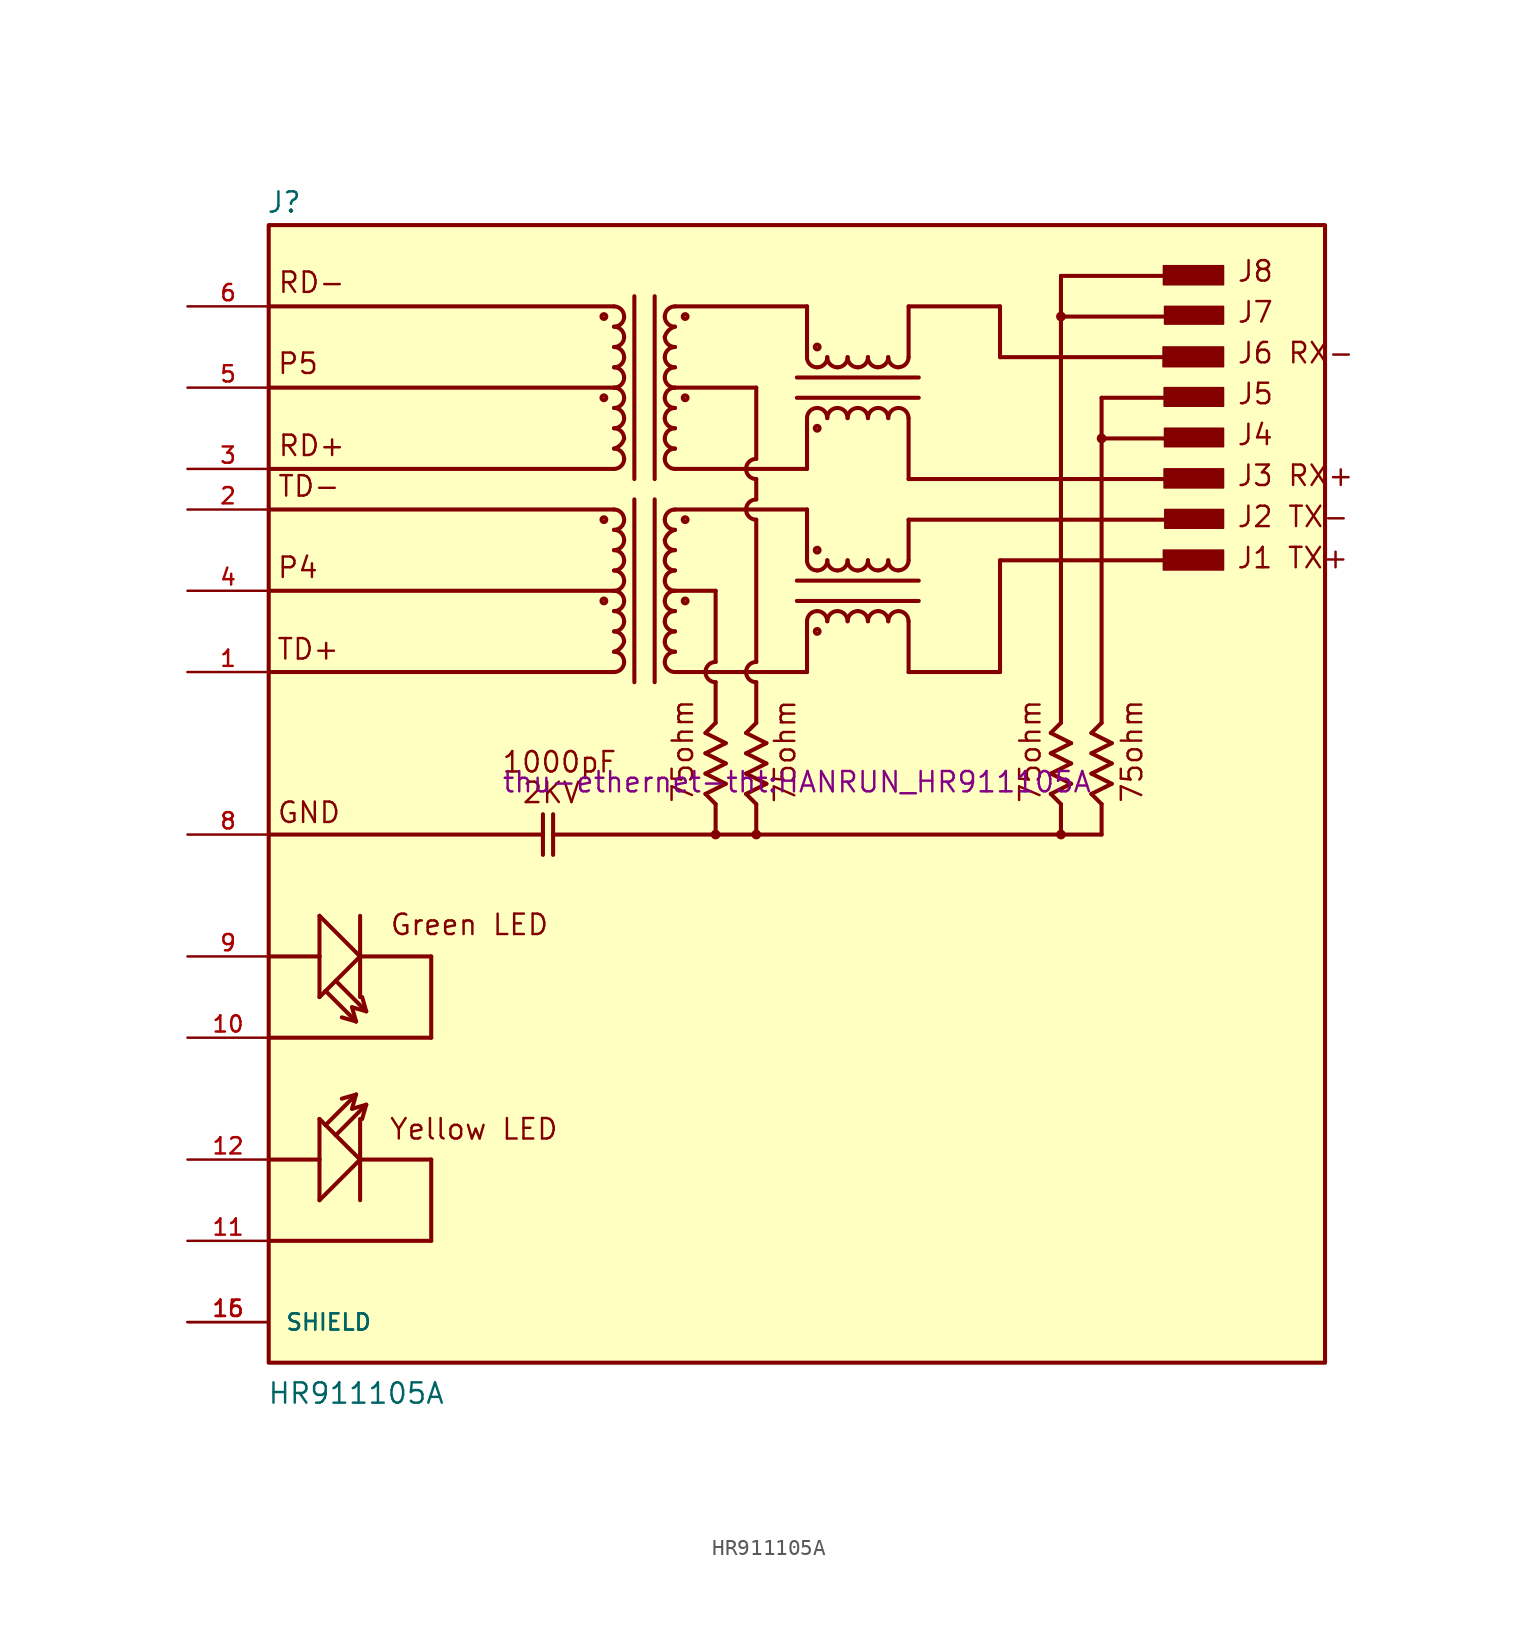
<source format=kicad_sym>
(kicad_symbol_lib
  (version 20220914)
  (generator kicad_symbol_editor)
  (symbol "HR911105A"
    (pin_names
      (offset 1.016))
    (property "Reference" "J"
      (at -33.178 36.241 0)
      (effects (font (size 1.27 1.27)) (justify left bottom)))
    (property "Value" "HR911105A"
      (at -33.124 -38.22 0)
      (effects (font (size 1.27 1.27)) (justify left bottom)))
    (property "Footprint" "thu-ethernet-tht:HANRUN_HR911105A"
      (at 0 0 0)
      (effects (font (size 1.27 1.27)) (justify bottom)))
    (symbol "HR911105A_0_0"
      (rectangle (start -33.02 35.56) (end 33.02 -35.56) (stroke (width 0.254) (type default)) (fill (type background)))
      (circle (center -12.065 12.065) (radius 0.152) (stroke (width 0.254) (type default)) (fill (type none)))
      (circle (center -12.065 17.145) (radius 0.152) (stroke (width 0.254) (type default)) (fill (type none)))
      (circle (center -12.065 24.765) (radius 0.152) (stroke (width 0.254) (type default)) (fill (type none)))
      (circle (center -12.065 29.845) (radius 0.152) (stroke (width 0.254) (type default)) (fill (type none)))
      (arc (start -11.43 7.62) (mid -10.981 7.806) (end -10.795 8.255) (stroke (width 0.254) (type default)) (fill (type none)))
      (arc (start -11.43 8.89) (mid -11.0274 9.1224) (end -10.795 9.525) (stroke (width 0.254) (type default)) (fill (type none)))
      (arc (start -11.43 10.16) (mid -10.981 10.346) (end -10.795 10.795) (stroke (width 0.254) (type default)) (fill (type none)))
      (arc (start -11.43 11.43) (mid -10.981 11.616) (end -10.795 12.065) (stroke (width 0.254) (type default)) (fill (type none)))
      (arc (start -11.43 12.7) (mid -10.981 12.886) (end -10.795 13.335) (stroke (width 0.254) (type default)) (fill (type none)))
      (arc (start -11.43 13.97) (mid -10.981 14.156) (end -10.795 14.605) (stroke (width 0.254) (type default)) (fill (type none)))
      (arc (start -11.43 15.24) (mid -10.981 15.426) (end -10.795 15.875) (stroke (width 0.254) (type default)) (fill (type none)))
      (arc (start -11.43 16.51) (mid -10.981 16.696) (end -10.795 17.145) (stroke (width 0.254) (type default)) (fill (type none)))
      (arc (start -11.43 20.32) (mid -10.981 20.506) (end -10.795 20.955) (stroke (width 0.254) (type default)) (fill (type none)))
      (arc (start -11.43 21.59) (mid -11.0274 21.8224) (end -10.795 22.225) (stroke (width 0.254) (type default)) (fill (type none)))
      (arc (start -11.43 22.86) (mid -10.981 23.046) (end -10.795 23.495) (stroke (width 0.254) (type default)) (fill (type none)))
      (arc (start -11.43 24.13) (mid -10.981 24.316) (end -10.795 24.765) (stroke (width 0.254) (type default)) (fill (type none)))
      (arc (start -11.43 25.4) (mid -10.981 25.586) (end -10.795 26.035) (stroke (width 0.254) (type default)) (fill (type none)))
      (arc (start -11.43 26.67) (mid -10.981 26.856) (end -10.795 27.305) (stroke (width 0.254) (type default)) (fill (type none)))
      (arc (start -11.43 27.94) (mid -10.981 28.126) (end -10.795 28.575) (stroke (width 0.254) (type default)) (fill (type none)))
      (arc (start -11.43 29.21) (mid -10.981 29.396) (end -10.795 29.845) (stroke (width 0.254) (type default)) (fill (type none)))
      (arc (start -10.795 8.255) (mid -10.981 8.704) (end -11.43 8.89) (stroke (width 0.254) (type default)) (fill (type none)))
      (arc (start -10.795 9.525) (mid -10.981 9.974) (end -11.43 10.16) (stroke (width 0.254) (type default)) (fill (type none)))
      (arc (start -10.795 10.795) (mid -10.981 11.244) (end -11.43 11.43) (stroke (width 0.254) (type default)) (fill (type none)))
      (arc (start -10.795 12.065) (mid -10.981 12.514) (end -11.43 12.7) (stroke (width 0.254) (type default)) (fill (type none)))
      (arc (start -10.795 13.335) (mid -10.981 13.784) (end -11.43 13.97) (stroke (width 0.254) (type default)) (fill (type none)))
      (arc (start -10.795 14.605) (mid -10.981 15.054) (end -11.43 15.24) (stroke (width 0.254) (type default)) (fill (type none)))
      (arc (start -10.795 15.875) (mid -10.981 16.324) (end -11.43 16.51) (stroke (width 0.254) (type default)) (fill (type none)))
      (arc (start -10.795 17.145) (mid -10.981 17.594) (end -11.43 17.78) (stroke (width 0.254) (type default)) (fill (type none)))
      (arc (start -10.795 20.955) (mid -10.981 21.404) (end -11.43 21.59) (stroke (width 0.254) (type default)) (fill (type none)))
      (arc (start -10.795 22.225) (mid -10.981 22.674) (end -11.43 22.86) (stroke (width 0.254) (type default)) (fill (type none)))
      (arc (start -10.795 23.495) (mid -10.981 23.944) (end -11.43 24.13) (stroke (width 0.254) (type default)) (fill (type none)))
      (arc (start -10.795 24.765) (mid -10.981 25.214) (end -11.43 25.4) (stroke (width 0.254) (type default)) (fill (type none)))
      (arc (start -10.795 26.035) (mid -10.981 26.484) (end -11.43 26.67) (stroke (width 0.254) (type default)) (fill (type none)))
      (arc (start -10.795 27.305) (mid -10.981 27.754) (end -11.43 27.94) (stroke (width 0.254) (type default)) (fill (type none)))
      (arc (start -10.795 28.575) (mid -10.981 29.024) (end -11.43 29.21) (stroke (width 0.254) (type default)) (fill (type none)))
      (arc (start -10.795 29.845) (mid -10.981 30.294) (end -11.43 30.48) (stroke (width 0.254) (type default)) (fill (type none)))
      (arc (start -8.255 8.255) (mid -8.069 7.806) (end -7.62 7.62) (stroke (width 0.254) (type default)) (fill (type none)))
      (arc (start -8.255 9.525) (mid -8.069 9.076) (end -7.62 8.89) (stroke (width 0.254) (type default)) (fill (type none)))
      (arc (start -8.255 10.795) (mid -8.069 10.346) (end -7.62 10.16) (stroke (width 0.254) (type default)) (fill (type none)))
      (arc (start -8.255 12.065) (mid -8.069 11.616) (end -7.62 11.43) (stroke (width 0.254) (type default)) (fill (type none)))
      (arc (start -8.255 13.335) (mid -8.069 12.886) (end -7.62 12.7) (stroke (width 0.254) (type default)) (fill (type none)))
      (arc (start -8.255 14.605) (mid -8.069 14.156) (end -7.62 13.97) (stroke (width 0.254) (type default)) (fill (type none)))
      (arc (start -8.255 15.875) (mid -8.069 15.426) (end -7.62 15.24) (stroke (width 0.254) (type default)) (fill (type none)))
      (arc (start -8.255 17.145) (mid -8.069 16.696) (end -7.62 16.51) (stroke (width 0.254) (type default)) (fill (type none)))
      (arc (start -8.255 20.955) (mid -8.069 20.506) (end -7.62 20.32) (stroke (width 0.254) (type default)) (fill (type none)))
      (arc (start -8.255 22.225) (mid -8.069 21.776) (end -7.62 21.59) (stroke (width 0.254) (type default)) (fill (type none)))
      (arc (start -8.255 23.495) (mid -8.069 23.046) (end -7.62 22.86) (stroke (width 0.254) (type default)) (fill (type none)))
      (arc (start -8.255 24.765) (mid -8.069 24.316) (end -7.62 24.13) (stroke (width 0.254) (type default)) (fill (type none)))
      (arc (start -8.255 26.035) (mid -8.069 25.586) (end -7.62 25.4) (stroke (width 0.254) (type default)) (fill (type none)))
      (arc (start -8.255 27.305) (mid -8.069 26.856) (end -7.62 26.67) (stroke (width 0.254) (type default)) (fill (type none)))
      (arc (start -8.255 28.575) (mid -8.069 28.126) (end -7.62 27.94) (stroke (width 0.254) (type default)) (fill (type none)))
      (arc (start -8.255 29.845) (mid -8.069 29.396) (end -7.62 29.21) (stroke (width 0.254) (type default)) (fill (type none)))
      (arc (start -7.62 8.89) (mid -8.069 8.704) (end -8.255 8.255) (stroke (width 0.254) (type default)) (fill (type none)))
      (arc (start -7.62 10.16) (mid -8.069 9.974) (end -8.255 9.525) (stroke (width 0.254) (type default)) (fill (type none)))
      (arc (start -7.62 11.43) (mid -8.069 11.244) (end -8.255 10.795) (stroke (width 0.254) (type default)) (fill (type none)))
      (arc (start -7.62 12.7) (mid -8.069 12.514) (end -8.255 12.065) (stroke (width 0.254) (type default)) (fill (type none)))
      (arc (start -7.62 13.97) (mid -8.069 13.784) (end -8.255 13.335) (stroke (width 0.254) (type default)) (fill (type none)))
      (arc (start -7.62 15.24) (mid -8.069 15.054) (end -8.255 14.605) (stroke (width 0.254) (type default)) (fill (type none)))
      (arc (start -7.62 16.51) (mid -8.0226 16.2776) (end -8.255 15.875) (stroke (width 0.254) (type default)) (fill (type none)))
      (arc (start -7.62 17.78) (mid -8.069 17.594) (end -8.255 17.145) (stroke (width 0.254) (type default)) (fill (type none)))
      (arc (start -7.62 21.59) (mid -8.069 21.404) (end -8.255 20.955) (stroke (width 0.254) (type default)) (fill (type none)))
      (arc (start -7.62 22.86) (mid -8.069 22.674) (end -8.255 22.225) (stroke (width 0.254) (type default)) (fill (type none)))
      (arc (start -7.62 24.13) (mid -8.069 23.944) (end -8.255 23.495) (stroke (width 0.254) (type default)) (fill (type none)))
      (arc (start -7.62 25.4) (mid -8.069 25.214) (end -8.255 24.765) (stroke (width 0.254) (type default)) (fill (type none)))
      (arc (start -7.62 26.67) (mid -8.069 26.484) (end -8.255 26.035) (stroke (width 0.254) (type default)) (fill (type none)))
      (arc (start -7.62 27.94) (mid -8.069 27.754) (end -8.255 27.305) (stroke (width 0.254) (type default)) (fill (type none)))
      (arc (start -7.62 29.21) (mid -8.0226 28.9776) (end -8.255 28.575) (stroke (width 0.254) (type default)) (fill (type none)))
      (arc (start -7.62 30.48) (mid -8.069 30.294) (end -8.255 29.845) (stroke (width 0.254) (type default)) (fill (type none)))
      (circle (center -6.985 12.065) (radius 0.152) (stroke (width 0.254) (type default)) (fill (type none)))
      (circle (center -6.985 17.145) (radius 0.152) (stroke (width 0.254) (type default)) (fill (type none)))
      (circle (center -6.985 24.765) (radius 0.152) (stroke (width 0.254) (type default)) (fill (type none)))
      (circle (center -6.985 29.845) (radius 0.152) (stroke (width 0.254) (type default)) (fill (type none)))
      (arc (start -5.715 7.62) (mid -5.529 7.171) (end -5.08 6.985) (stroke (width 0.254) (type default)) (fill (type none)))
      (circle (center -5.08 -2.54) (radius 0.178) (stroke (width 0.254) (type default)) (fill (type none)))
      (arc (start -5.08 8.255) (mid -5.529 8.069) (end -5.715 7.62) (stroke (width 0.254) (type default)) (fill (type none)))
      (arc (start -3.175 7.62) (mid -2.989 7.171) (end -2.54 6.985) (stroke (width 0.254) (type default)) (fill (type none)))
      (arc (start -3.175 17.78) (mid -2.989 17.331) (end -2.54 17.145) (stroke (width 0.254) (type default)) (fill (type none)))
      (arc (start -3.175 20.32) (mid -2.989 19.871) (end -2.54 19.685) (stroke (width 0.254) (type default)) (fill (type none)))
      (circle (center -2.54 -2.54) (radius 0.178) (stroke (width 0.254) (type default)) (fill (type none)))
      (arc (start -2.54 8.255) (mid -2.989 8.069) (end -3.175 7.62) (stroke (width 0.254) (type default)) (fill (type none)))
      (arc (start -2.54 18.415) (mid -2.989 18.229) (end -3.175 17.78) (stroke (width 0.254) (type default)) (fill (type none)))
      (arc (start -2.54 20.955) (mid -2.989 20.769) (end -3.175 20.32) (stroke (width 0.254) (type default)) (fill (type none)))
      (polyline (pts (xy -33.02 -27.94) (xy -22.86 -27.94)) (stroke (width 0.254) (type default)) (fill (type none)))
      (polyline (pts (xy -33.02 -15.24) (xy -22.86 -15.24)) (stroke (width 0.254) (type default)) (fill (type none)))
      (polyline (pts (xy -33.02 12.7) (xy -11.43 12.7)) (stroke (width 0.254) (type default)) (fill (type none)))
      (polyline (pts (xy -33.02 20.32) (xy -11.43 20.32)) (stroke (width 0.254) (type default)) (fill (type none)))
      (polyline (pts (xy -29.845 -25.4) (xy -27.305 -22.86)) (stroke (width 0.254) (type default)) (fill (type none)))
      (polyline (pts (xy -29.845 -22.86) (xy -33.02 -22.86)) (stroke (width 0.254) (type default)) (fill (type none)))
      (polyline (pts (xy -29.845 -22.86) (xy -29.845 -25.4)) (stroke (width 0.254) (type default)) (fill (type none)))
      (polyline (pts (xy -29.845 -20.32) (xy -29.845 -22.86)) (stroke (width 0.254) (type default)) (fill (type none)))
      (polyline (pts (xy -29.845 -12.7) (xy -29.845 -10.16)) (stroke (width 0.254) (type default)) (fill (type none)))
      (polyline (pts (xy -29.845 -10.16) (xy -33.02 -10.16)) (stroke (width 0.254) (type default)) (fill (type none)))
      (polyline (pts (xy -29.845 -10.16) (xy -29.845 -7.62)) (stroke (width 0.254) (type default)) (fill (type none)))
      (polyline (pts (xy -29.845 -7.62) (xy -27.305 -10.16)) (stroke (width 0.254) (type default)) (fill (type none)))
      (polyline (pts (xy -29.464 -20.701) (xy -29.845 -20.32)) (stroke (width 0.254) (type default)) (fill (type none)))
      (polyline (pts (xy -29.464 -20.701) (xy -27.559 -18.796)) (stroke (width 0.254) (type default)) (fill (type none)))
      (polyline (pts (xy -29.464 -12.319) (xy -29.845 -12.7)) (stroke (width 0.254) (type default)) (fill (type none)))
      (polyline (pts (xy -29.464 -12.319) (xy -27.559 -14.224)) (stroke (width 0.254) (type default)) (fill (type none)))
      (polyline (pts (xy -28.829 -21.336) (xy -29.464 -20.701)) (stroke (width 0.254) (type default)) (fill (type none)))
      (polyline (pts (xy -28.829 -21.336) (xy -26.924 -19.431)) (stroke (width 0.254) (type default)) (fill (type none)))
      (polyline (pts (xy -28.829 -11.684) (xy -29.464 -12.319)) (stroke (width 0.254) (type default)) (fill (type none)))
      (polyline (pts (xy -28.829 -11.684) (xy -26.924 -13.589)) (stroke (width 0.254) (type default)) (fill (type none)))
      (polyline (pts (xy -27.559 -18.796) (xy -28.448 -19.05)) (stroke (width 0.254) (type default)) (fill (type none)))
      (polyline (pts (xy -27.559 -18.796) (xy -27.813 -19.685)) (stroke (width 0.254) (type default)) (fill (type none)))
      (polyline (pts (xy -27.559 -14.224) (xy -28.448 -13.97)) (stroke (width 0.254) (type default)) (fill (type none)))
      (polyline (pts (xy -27.559 -14.224) (xy -27.813 -13.335)) (stroke (width 0.254) (type default)) (fill (type none)))
      (polyline (pts (xy -27.305 -22.86) (xy -28.829 -21.336)) (stroke (width 0.254) (type default)) (fill (type none)))
      (polyline (pts (xy -27.305 -22.86) (xy -27.305 -25.4)) (stroke (width 0.254) (type default)) (fill (type none)))
      (polyline (pts (xy -27.305 -22.86) (xy -22.86 -22.86)) (stroke (width 0.254) (type default)) (fill (type none)))
      (polyline (pts (xy -27.305 -20.32) (xy -27.305 -22.86)) (stroke (width 0.254) (type default)) (fill (type none)))
      (polyline (pts (xy -27.305 -12.7) (xy -27.305 -10.16)) (stroke (width 0.254) (type default)) (fill (type none)))
      (polyline (pts (xy -27.305 -10.16) (xy -28.829 -11.684)) (stroke (width 0.254) (type default)) (fill (type none)))
      (polyline (pts (xy -27.305 -10.16) (xy -27.305 -7.62)) (stroke (width 0.254) (type default)) (fill (type none)))
      (polyline (pts (xy -27.305 -10.16) (xy -22.86 -10.16)) (stroke (width 0.254) (type default)) (fill (type none)))
      (polyline (pts (xy -26.924 -19.431) (xy -27.813 -19.685)) (stroke (width 0.254) (type default)) (fill (type none)))
      (polyline (pts (xy -26.924 -19.431) (xy -27.178 -20.32)) (stroke (width 0.254) (type default)) (fill (type none)))
      (polyline (pts (xy -26.924 -13.589) (xy -27.813 -13.335)) (stroke (width 0.254) (type default)) (fill (type none)))
      (polyline (pts (xy -26.924 -13.589) (xy -27.178 -12.7)) (stroke (width 0.254) (type default)) (fill (type none)))
      (polyline (pts (xy -22.86 -27.94) (xy -22.86 -22.86)) (stroke (width 0.254) (type default)) (fill (type none)))
      (polyline (pts (xy -22.86 -15.24) (xy -22.86 -10.16)) (stroke (width 0.254) (type default)) (fill (type none)))
      (polyline (pts (xy -15.875 -2.54) (xy -33.02 -2.54)) (stroke (width 0.254) (type default)) (fill (type none)))
      (polyline (pts (xy -15.875 -2.54) (xy -15.875 -3.81)) (stroke (width 0.254) (type default)) (fill (type none)))
      (polyline (pts (xy -15.875 -1.27) (xy -15.875 -2.54)) (stroke (width 0.254) (type default)) (fill (type none)))
      (polyline (pts (xy -15.24 -2.54) (xy -15.24 -3.81)) (stroke (width 0.254) (type default)) (fill (type none)))
      (polyline (pts (xy -15.24 -2.54) (xy -15.24 -1.27)) (stroke (width 0.254) (type default)) (fill (type none)))
      (polyline (pts (xy -11.43 7.62) (xy -33.02 7.62)) (stroke (width 0.254) (type default)) (fill (type none)))
      (polyline (pts (xy -11.43 17.78) (xy -33.02 17.78)) (stroke (width 0.254) (type default)) (fill (type none)))
      (polyline (pts (xy -11.43 25.4) (xy -33.02 25.4)) (stroke (width 0.254) (type default)) (fill (type none)))
      (polyline (pts (xy -11.43 30.48) (xy -33.02 30.48)) (stroke (width 0.254) (type default)) (fill (type none)))
      (polyline (pts (xy -10.16 18.415) (xy -10.16 6.985)) (stroke (width 0.254) (type default)) (fill (type none)))
      (polyline (pts (xy -10.16 31.115) (xy -10.16 19.685)) (stroke (width 0.254) (type default)) (fill (type none)))
      (polyline (pts (xy -8.89 18.415) (xy -8.89 6.985)) (stroke (width 0.254) (type default)) (fill (type none)))
      (polyline (pts (xy -8.89 31.115) (xy -8.89 19.685)) (stroke (width 0.254) (type default)) (fill (type none)))
      (polyline (pts (xy -7.62 7.62) (xy -5.715 7.62)) (stroke (width 0.254) (type default)) (fill (type none)))
      (polyline (pts (xy -7.62 20.32) (xy -3.175 20.32)) (stroke (width 0.254) (type default)) (fill (type none)))
      (polyline (pts (xy -7.62 25.4) (xy -2.54 25.4)) (stroke (width 0.254) (type default)) (fill (type none)))
      (polyline (pts (xy -5.715 0) (xy -5.08 -0.635)) (stroke (width 0.254) (type default)) (fill (type none)))
      (polyline (pts (xy -5.715 1.27) (xy -4.445 0.635)) (stroke (width 0.254) (type default)) (fill (type none)))
      (polyline (pts (xy -5.715 2.54) (xy -4.445 1.905)) (stroke (width 0.254) (type default)) (fill (type none)))
      (polyline (pts (xy -5.715 3.81) (xy -4.445 3.175)) (stroke (width 0.254) (type default)) (fill (type none)))
      (polyline (pts (xy -5.715 7.62) (xy -3.175 7.62)) (stroke (width 0.254) (type default)) (fill (type none)))
      (polyline (pts (xy -5.08 -2.54) (xy -15.24 -2.54)) (stroke (width 0.254) (type default)) (fill (type none)))
      (polyline (pts (xy -5.08 -0.635) (xy -5.08 -2.54)) (stroke (width 0.254) (type default)) (fill (type none)))
      (polyline (pts (xy -5.08 4.445) (xy -5.715 3.81)) (stroke (width 0.254) (type default)) (fill (type none)))
      (polyline (pts (xy -5.08 6.985) (xy -5.08 4.445)) (stroke (width 0.254) (type default)) (fill (type none)))
      (polyline (pts (xy -5.08 8.255) (xy -5.08 12.7)) (stroke (width 0.254) (type default)) (fill (type none)))
      (polyline (pts (xy -5.08 12.7) (xy -7.62 12.7)) (stroke (width 0.254) (type default)) (fill (type none)))
      (polyline (pts (xy -4.445 0.635) (xy -5.715 0)) (stroke (width 0.254) (type default)) (fill (type none)))
      (polyline (pts (xy -4.445 1.905) (xy -5.715 1.27)) (stroke (width 0.254) (type default)) (fill (type none)))
      (polyline (pts (xy -4.445 3.175) (xy -5.715 2.54)) (stroke (width 0.254) (type default)) (fill (type none)))
      (polyline (pts (xy -3.175 0) (xy -2.54 -0.635)) (stroke (width 0.254) (type default)) (fill (type none)))
      (polyline (pts (xy -3.175 1.27) (xy -1.905 0.635)) (stroke (width 0.254) (type default)) (fill (type none)))
      (polyline (pts (xy -3.175 2.54) (xy -1.905 1.905)) (stroke (width 0.254) (type default)) (fill (type none)))
      (polyline (pts (xy -3.175 3.81) (xy -1.905 3.175)) (stroke (width 0.254) (type default)) (fill (type none)))
      (polyline (pts (xy -3.175 7.62) (xy 0.635 7.62)) (stroke (width 0.254) (type default)) (fill (type none)))
      (polyline (pts (xy -3.175 17.78) (xy -7.62 17.78)) (stroke (width 0.254) (type default)) (fill (type none)))
      (polyline (pts (xy -3.175 20.32) (xy 0.635 20.32)) (stroke (width 0.254) (type default)) (fill (type none)))
      (polyline (pts (xy -2.54 -0.635) (xy -2.54 -2.54)) (stroke (width 0.254) (type default)) (fill (type none)))
      (polyline (pts (xy -2.54 4.445) (xy -3.175 3.81)) (stroke (width 0.254) (type default)) (fill (type none)))
      (polyline (pts (xy -2.54 6.985) (xy -2.54 4.445)) (stroke (width 0.254) (type default)) (fill (type none)))
      (polyline (pts (xy -2.54 17.145) (xy -2.54 8.255)) (stroke (width 0.254) (type default)) (fill (type none)))
      (polyline (pts (xy -2.54 19.685) (xy -2.54 18.415)) (stroke (width 0.254) (type default)) (fill (type none)))
      (polyline (pts (xy -2.54 25.4) (xy -2.54 20.955)) (stroke (width 0.254) (type default)) (fill (type none)))
      (polyline (pts (xy -1.905 0.635) (xy -3.175 0)) (stroke (width 0.254) (type default)) (fill (type none)))
      (polyline (pts (xy -1.905 1.905) (xy -3.175 1.27)) (stroke (width 0.254) (type default)) (fill (type none)))
      (polyline (pts (xy -1.905 3.175) (xy -3.175 2.54)) (stroke (width 0.254) (type default)) (fill (type none)))
      (polyline (pts (xy 0 12.065) (xy 7.62 12.065)) (stroke (width 0.254) (type default)) (fill (type none)))
      (polyline (pts (xy 0 13.335) (xy 7.62 13.335)) (stroke (width 0.254) (type default)) (fill (type none)))
      (polyline (pts (xy 0 24.765) (xy 7.62 24.765)) (stroke (width 0.254) (type default)) (fill (type none)))
      (polyline (pts (xy 0 26.035) (xy 7.62 26.035)) (stroke (width 0.254) (type default)) (fill (type none)))
      (polyline (pts (xy 0.635 7.62) (xy 0.635 10.795)) (stroke (width 0.254) (type default)) (fill (type none)))
      (polyline (pts (xy 0.635 14.605) (xy 0.635 17.78)) (stroke (width 0.254) (type default)) (fill (type none)))
      (polyline (pts (xy 0.635 17.78) (xy -3.175 17.78)) (stroke (width 0.254) (type default)) (fill (type none)))
      (polyline (pts (xy 0.635 20.32) (xy 0.635 23.495)) (stroke (width 0.254) (type default)) (fill (type none)))
      (polyline (pts (xy 0.635 27.305) (xy 0.635 30.48)) (stroke (width 0.254) (type default)) (fill (type none)))
      (polyline (pts (xy 0.635 30.48) (xy -7.62 30.48)) (stroke (width 0.254) (type default)) (fill (type none)))
      (polyline (pts (xy 6.985 10.795) (xy 6.985 7.62)) (stroke (width 0.254) (type default)) (fill (type none)))
      (polyline (pts (xy 6.985 17.145) (xy 6.985 14.605)) (stroke (width 0.254) (type default)) (fill (type none)))
      (polyline (pts (xy 6.985 23.495) (xy 6.985 19.685)) (stroke (width 0.254) (type default)) (fill (type none)))
      (polyline (pts (xy 6.985 30.48) (xy 6.985 27.305)) (stroke (width 0.254) (type default)) (fill (type none)))
      (polyline (pts (xy 12.7 7.62) (xy 6.985 7.62)) (stroke (width 0.254) (type default)) (fill (type none)))
      (polyline (pts (xy 12.7 14.605) (xy 12.7 7.62)) (stroke (width 0.254) (type default)) (fill (type none)))
      (polyline (pts (xy 12.7 27.305) (xy 12.7 30.48)) (stroke (width 0.254) (type default)) (fill (type none)))
      (polyline (pts (xy 12.7 30.48) (xy 6.985 30.48)) (stroke (width 0.254) (type default)) (fill (type none)))
      (polyline (pts (xy 15.875 0) (xy 16.51 -0.635)) (stroke (width 0.254) (type default)) (fill (type none)))
      (polyline (pts (xy 15.875 1.27) (xy 17.145 0.635)) (stroke (width 0.254) (type default)) (fill (type none)))
      (polyline (pts (xy 15.875 2.54) (xy 17.145 1.905)) (stroke (width 0.254) (type default)) (fill (type none)))
      (polyline (pts (xy 15.875 3.81) (xy 17.145 3.175)) (stroke (width 0.254) (type default)) (fill (type none)))
      (polyline (pts (xy 16.51 -0.635) (xy 16.51 -2.54)) (stroke (width 0.254) (type default)) (fill (type none)))
      (polyline (pts (xy 16.51 4.445) (xy 15.875 3.81)) (stroke (width 0.254) (type default)) (fill (type none)))
      (polyline (pts (xy 16.51 29.845) (xy 16.51 4.445)) (stroke (width 0.254) (type default)) (fill (type none)))
      (polyline (pts (xy 16.51 29.845) (xy 23.495 29.845)) (stroke (width 0.254) (type default)) (fill (type none)))
      (polyline (pts (xy 16.51 32.385) (xy 16.51 29.845)) (stroke (width 0.254) (type default)) (fill (type none)))
      (polyline (pts (xy 17.145 0.635) (xy 15.875 0)) (stroke (width 0.254) (type default)) (fill (type none)))
      (polyline (pts (xy 17.145 1.905) (xy 15.875 1.27)) (stroke (width 0.254) (type default)) (fill (type none)))
      (polyline (pts (xy 17.145 3.175) (xy 15.875 2.54)) (stroke (width 0.254) (type default)) (fill (type none)))
      (polyline (pts (xy 18.415 0) (xy 19.05 -0.635)) (stroke (width 0.254) (type default)) (fill (type none)))
      (polyline (pts (xy 18.415 1.27) (xy 19.685 0.635)) (stroke (width 0.254) (type default)) (fill (type none)))
      (polyline (pts (xy 18.415 2.54) (xy 19.685 1.905)) (stroke (width 0.254) (type default)) (fill (type none)))
      (polyline (pts (xy 18.415 3.81) (xy 19.685 3.175)) (stroke (width 0.254) (type default)) (fill (type none)))
      (polyline (pts (xy 19.05 -2.54) (xy -5.08 -2.54)) (stroke (width 0.254) (type default)) (fill (type none)))
      (polyline (pts (xy 19.05 -0.635) (xy 19.05 -2.54)) (stroke (width 0.254) (type default)) (fill (type none)))
      (polyline (pts (xy 19.05 4.445) (xy 18.415 3.81)) (stroke (width 0.254) (type default)) (fill (type none)))
      (polyline (pts (xy 19.05 22.225) (xy 19.05 4.445)) (stroke (width 0.254) (type default)) (fill (type none)))
      (polyline (pts (xy 19.05 22.225) (xy 23.495 22.225)) (stroke (width 0.254) (type default)) (fill (type none)))
      (polyline (pts (xy 19.05 24.765) (xy 19.05 22.225)) (stroke (width 0.254) (type default)) (fill (type none)))
      (polyline (pts (xy 19.685 0.635) (xy 18.415 0)) (stroke (width 0.254) (type default)) (fill (type none)))
      (polyline (pts (xy 19.685 1.905) (xy 18.415 1.27)) (stroke (width 0.254) (type default)) (fill (type none)))
      (polyline (pts (xy 19.685 3.175) (xy 18.415 2.54)) (stroke (width 0.254) (type default)) (fill (type none)))
      (polyline (pts (xy 23.495 14.605) (xy 12.7 14.605)) (stroke (width 0.254) (type default)) (fill (type none)))
      (polyline (pts (xy 23.495 17.145) (xy 6.985 17.145)) (stroke (width 0.254) (type default)) (fill (type none)))
      (polyline (pts (xy 23.495 19.685) (xy 6.985 19.685)) (stroke (width 0.254) (type default)) (fill (type none)))
      (polyline (pts (xy 23.495 24.765) (xy 19.05 24.765)) (stroke (width 0.254) (type default)) (fill (type none)))
      (polyline (pts (xy 23.495 27.305) (xy 12.7 27.305)) (stroke (width 0.254) (type default)) (fill (type none)))
      (polyline (pts (xy 23.495 32.385) (xy 16.51 32.385)) (stroke (width 0.254) (type default)) (fill (type none)))
      (arc (start 0.635 14.605) (mid 0.821 14.156) (end 1.27 13.97) (stroke (width 0.254) (type default)) (fill (type none)))
      (arc (start 0.635 27.305) (mid 0.821 26.856) (end 1.27 26.67) (stroke (width 0.254) (type default)) (fill (type none)))
      (circle (center 1.27 10.16) (radius 0.152) (stroke (width 0.254) (type default)) (fill (type none)))
      (arc (start 1.27 11.43) (mid 0.821 11.244) (end 0.635 10.795) (stroke (width 0.254) (type default)) (fill (type none)))
      (arc (start 1.27 13.97) (mid 1.719 14.156) (end 1.905 14.605) (stroke (width 0.254) (type default)) (fill (type none)))
      (circle (center 1.27 15.24) (radius 0.152) (stroke (width 0.254) (type default)) (fill (type none)))
      (circle (center 1.27 22.86) (radius 0.152) (stroke (width 0.254) (type default)) (fill (type none)))
      (arc (start 1.27 24.13) (mid 0.821 23.944) (end 0.635 23.495) (stroke (width 0.254) (type default)) (fill (type none)))
      (arc (start 1.27 26.67) (mid 1.719 26.856) (end 1.905 27.305) (stroke (width 0.254) (type default)) (fill (type none)))
      (circle (center 1.27 27.94) (radius 0.152) (stroke (width 0.254) (type default)) (fill (type none)))
      (arc (start 1.905 10.795) (mid 1.719 11.244) (end 1.27 11.43) (stroke (width 0.254) (type default)) (fill (type none)))
      (arc (start 1.905 14.605) (mid 2.091 14.156) (end 2.54 13.97) (stroke (width 0.254) (type default)) (fill (type none)))
      (arc (start 1.905 23.495) (mid 1.719 23.944) (end 1.27 24.13) (stroke (width 0.254) (type default)) (fill (type none)))
      (arc (start 1.905 27.305) (mid 2.091 26.856) (end 2.54 26.67) (stroke (width 0.254) (type default)) (fill (type none)))
      (arc (start 2.54 11.43) (mid 2.091 11.244) (end 1.905 10.795) (stroke (width 0.254) (type default)) (fill (type none)))
      (arc (start 2.54 13.97) (mid 2.989 14.156) (end 3.175 14.605) (stroke (width 0.254) (type default)) (fill (type none)))
      (arc (start 2.54 24.13) (mid 2.091 23.944) (end 1.905 23.495) (stroke (width 0.254) (type default)) (fill (type none)))
      (arc (start 2.54 26.67) (mid 2.989 26.856) (end 3.175 27.305) (stroke (width 0.254) (type default)) (fill (type none)))
      (arc (start 3.175 10.795) (mid 2.989 11.244) (end 2.54 11.43) (stroke (width 0.254) (type default)) (fill (type none)))
      (arc (start 3.175 14.605) (mid 3.361 14.156) (end 3.81 13.97) (stroke (width 0.254) (type default)) (fill (type none)))
      (arc (start 3.175 23.495) (mid 2.989 23.944) (end 2.54 24.13) (stroke (width 0.254) (type default)) (fill (type none)))
      (arc (start 3.175 27.305) (mid 3.361 26.856) (end 3.81 26.67) (stroke (width 0.254) (type default)) (fill (type none)))
      (arc (start 3.81 11.43) (mid 3.361 11.244) (end 3.175 10.795) (stroke (width 0.254) (type default)) (fill (type none)))
      (arc (start 3.81 13.97) (mid 4.259 14.156) (end 4.445 14.605) (stroke (width 0.254) (type default)) (fill (type none)))
      (arc (start 3.81 24.13) (mid 3.361 23.944) (end 3.175 23.495) (stroke (width 0.254) (type default)) (fill (type none)))
      (arc (start 3.81 26.67) (mid 4.259 26.856) (end 4.445 27.305) (stroke (width 0.254) (type default)) (fill (type none)))
      (arc (start 4.445 10.795) (mid 4.259 11.244) (end 3.81 11.43) (stroke (width 0.254) (type default)) (fill (type none)))
      (arc (start 4.445 14.605) (mid 4.631 14.156) (end 5.08 13.97) (stroke (width 0.254) (type default)) (fill (type none)))
      (arc (start 4.445 23.495) (mid 4.259 23.944) (end 3.81 24.13) (stroke (width 0.254) (type default)) (fill (type none)))
      (arc (start 4.445 27.305) (mid 4.631 26.856) (end 5.08 26.67) (stroke (width 0.254) (type default)) (fill (type none)))
      (arc (start 5.08 11.43) (mid 4.631 11.244) (end 4.445 10.795) (stroke (width 0.254) (type default)) (fill (type none)))
      (arc (start 5.08 13.97) (mid 5.529 14.156) (end 5.715 14.605) (stroke (width 0.254) (type default)) (fill (type none)))
      (arc (start 5.08 24.13) (mid 4.631 23.944) (end 4.445 23.495) (stroke (width 0.254) (type default)) (fill (type none)))
      (arc (start 5.08 26.67) (mid 5.529 26.856) (end 5.715 27.305) (stroke (width 0.254) (type default)) (fill (type none)))
      (arc (start 5.715 10.795) (mid 5.529 11.244) (end 5.08 11.43) (stroke (width 0.254) (type default)) (fill (type none)))
      (arc (start 5.715 14.605) (mid 5.901 14.156) (end 6.35 13.97) (stroke (width 0.254) (type default)) (fill (type none)))
      (arc (start 5.715 23.495) (mid 5.529 23.944) (end 5.08 24.13) (stroke (width 0.254) (type default)) (fill (type none)))
      (arc (start 5.715 27.305) (mid 5.901 26.856) (end 6.35 26.67) (stroke (width 0.254) (type default)) (fill (type none)))
      (arc (start 6.35 11.43) (mid 5.901 11.244) (end 5.715 10.795) (stroke (width 0.254) (type default)) (fill (type none)))
      (arc (start 6.35 13.97) (mid 6.799 14.156) (end 6.985 14.605) (stroke (width 0.254) (type default)) (fill (type none)))
      (arc (start 6.35 24.13) (mid 5.901 23.944) (end 5.715 23.495) (stroke (width 0.254) (type default)) (fill (type none)))
      (arc (start 6.35 26.67) (mid 6.799 26.856) (end 6.985 27.305) (stroke (width 0.254) (type default)) (fill (type none)))
      (arc (start 6.985 10.795) (mid 6.799 11.244) (end 6.35 11.43) (stroke (width 0.254) (type default)) (fill (type none)))
      (arc (start 6.985 23.495) (mid 6.799 23.944) (end 6.35 24.13) (stroke (width 0.254) (type default)) (fill (type none)))
      (circle (center 16.51 -2.54) (radius 0.178) (stroke (width 0.254) (type default)) (fill (type none)))
      (circle (center 16.51 29.845) (radius 0.18) (stroke (width 0.254) (type default)) (fill (type none)))
      (circle (center 19.05 22.225) (radius 0.18) (stroke (width 0.254) (type default)) (fill (type none)))
      (rectangle (start 22.895 26.711) (end 26.67 27.94) (stroke (width 0.1) (type default)) (fill (type outline)))
      (rectangle (start 22.915 14.004) (end 26.67 15.24) (stroke (width 0.1) (type default)) (fill (type outline)))
      (rectangle (start 22.919 31.833) (end 26.67 33.02) (stroke (width 0.1) (type default)) (fill (type outline)))
      (rectangle (start 22.96 19.133) (end 26.67 20.32) (stroke (width 0.1) (type default)) (fill (type outline)))
      (rectangle (start 22.964 24.24) (end 26.67 25.4) (stroke (width 0.1) (type default)) (fill (type outline)))
      (rectangle (start 22.986 21.709) (end 26.67 22.86) (stroke (width 0.1) (type default)) (fill (type outline)))
      (rectangle (start 22.989 29.375) (end 26.67 30.48) (stroke (width 0.1) (type default)) (fill (type outline)))
      (rectangle (start 23.004 16.614) (end 26.67 17.78) (stroke (width 0.1) (type default)) (fill (type outline)))
      (text "1000pF" (at -18.501 1.242 0) (effects (font (size 1.276 1.276)) (justify left bottom)))
      (text "2KV" (at -17.231 -0.672 0) (effects (font (size 1.276 1.276)) (justify left bottom)))
      (text "75ohm" (at -6.39 -0.655 900) (effects (font (size 1.278 1.278)) (justify left bottom)))
      (text "75ohm" (at 0 -0.667 900) (effects (font (size 1.276 1.276)) (justify left bottom)))
      (text "75ohm" (at 15.335 -0.662 900) (effects (font (size 1.278 1.278)) (justify left bottom)))
      (text "75ohm" (at 21.692 -0.655 900) (effects (font (size 1.276 1.276)) (justify left bottom)))
      (text "GND" (at -32.548 -1.915 0) (effects (font (size 1.276 1.276)) (justify left bottom)))
      (text "Green LED" (at -25.492 -8.922 0) (effects (font (size 1.276 1.276)) (justify left bottom)))
      (text "J1 TX+" (at 27.439 14.007 0) (effects (font (size 1.276 1.276)) (justify left bottom)))
      (text "J2 TX-" (at 27.457 16.581 0) (effects (font (size 1.277 1.277)) (justify left bottom)))
      (text "J3 RX+" (at 27.457 19.152 0) (effects (font (size 1.277 1.277)) (justify left bottom)))
      (text "J4" (at 27.459 21.705 0) (effects (font (size 1.277 1.277)) (justify left bottom)))
      (text "J5" (at 27.477 24.265 0) (effects (font (size 1.278 1.278)) (justify left bottom)))
      (text "J6 RX-" (at 27.468 26.817 0) (effects (font (size 1.278 1.278)) (justify left bottom)))
      (text "J7" (at 27.469 29.367 0) (effects (font (size 1.278 1.278)) (justify left bottom)))
      (text "J8" (at 27.468 31.93 0) (effects (font (size 1.278 1.278)) (justify left bottom)))
      (text "P4" (at -32.544 13.401 0) (effects (font (size 1.276 1.276)) (justify left bottom)))
      (text "P5" (at -32.535 26.155 0) (effects (font (size 1.276 1.276)) (justify left bottom)))
      (text "RD+" (at -32.493 21.025 0) (effects (font (size 1.274 1.274)) (justify left bottom)))
      (text "RD-" (at -32.499 31.224 0) (effects (font (size 1.274 1.274)) (justify left bottom)))
      (text "TD+" (at -32.569 8.302 0) (effects (font (size 1.277 1.277)) (justify left bottom)))
      (text "TD-" (at -32.514 18.488 0) (effects (font (size 1.275 1.275)) (justify left bottom)))
      (text "Yellow LED" (at -25.535 -21.705 0) (effects (font (size 1.279 1.279)) (justify left bottom)))
      (pin passive line (at -38.1 7.62 0) (length 5.08) (name "~" (effects (font (size 1.016 1.016)))) (number "1" (effects (font (size 1.016 1.016)))))
      (pin passive line (at -38.1 -15.24 0) (length 5.08) (name "~" (effects (font (size 1.016 1.016)))) (number "10" (effects (font (size 1.016 1.016)))))
      (pin passive line (at -38.1 -27.94 0) (length 5.08) (name "~" (effects (font (size 1.016 1.016)))) (number "11" (effects (font (size 1.016 1.016)))))
      (pin passive line (at -38.1 -22.86 0) (length 5.08) (name "~" (effects (font (size 1.016 1.016)))) (number "12" (effects (font (size 1.016 1.016)))))
      (pin passive line (at -38.1 -33.02 0) (length 5.08) (name "SHIELD" (effects (font (size 1.016 1.016)))) (number "15" (effects (font (size 1.016 1.016)))))
      (pin passive line (at -38.1 -33.02 0) (length 5.08) (name "SHIELD" (effects (font (size 1.016 1.016)))) (number "16" (effects (font (size 1.016 1.016)))))
      (pin passive line (at -38.1 17.78 0) (length 5.08) (name "~" (effects (font (size 1.016 1.016)))) (number "2" (effects (font (size 1.016 1.016)))))
      (pin passive line (at -38.1 20.32 0) (length 5.08) (name "~" (effects (font (size 1.016 1.016)))) (number "3" (effects (font (size 1.016 1.016)))))
      (pin passive line (at -38.1 12.7 0) (length 5.08) (name "~" (effects (font (size 1.016 1.016)))) (number "4" (effects (font (size 1.016 1.016)))))
      (pin passive line (at -38.1 25.4 0) (length 5.08) (name "~" (effects (font (size 1.016 1.016)))) (number "5" (effects (font (size 1.016 1.016)))))
      (pin passive line (at -38.1 30.48 0) (length 5.08) (name "~" (effects (font (size 1.016 1.016)))) (number "6" (effects (font (size 1.016 1.016)))))
      (pin power_in line (at -38.1 -2.54 0) (length 5.08) (name "~" (effects (font (size 1.016 1.016)))) (number "8" (effects (font (size 1.016 1.016)))))
      (pin passive line (at -38.1 -10.16 0) (length 5.08) (name "~" (effects (font (size 1.016 1.016)))) (number "9" (effects (font (size 1.016 1.016))))))))
</source>
